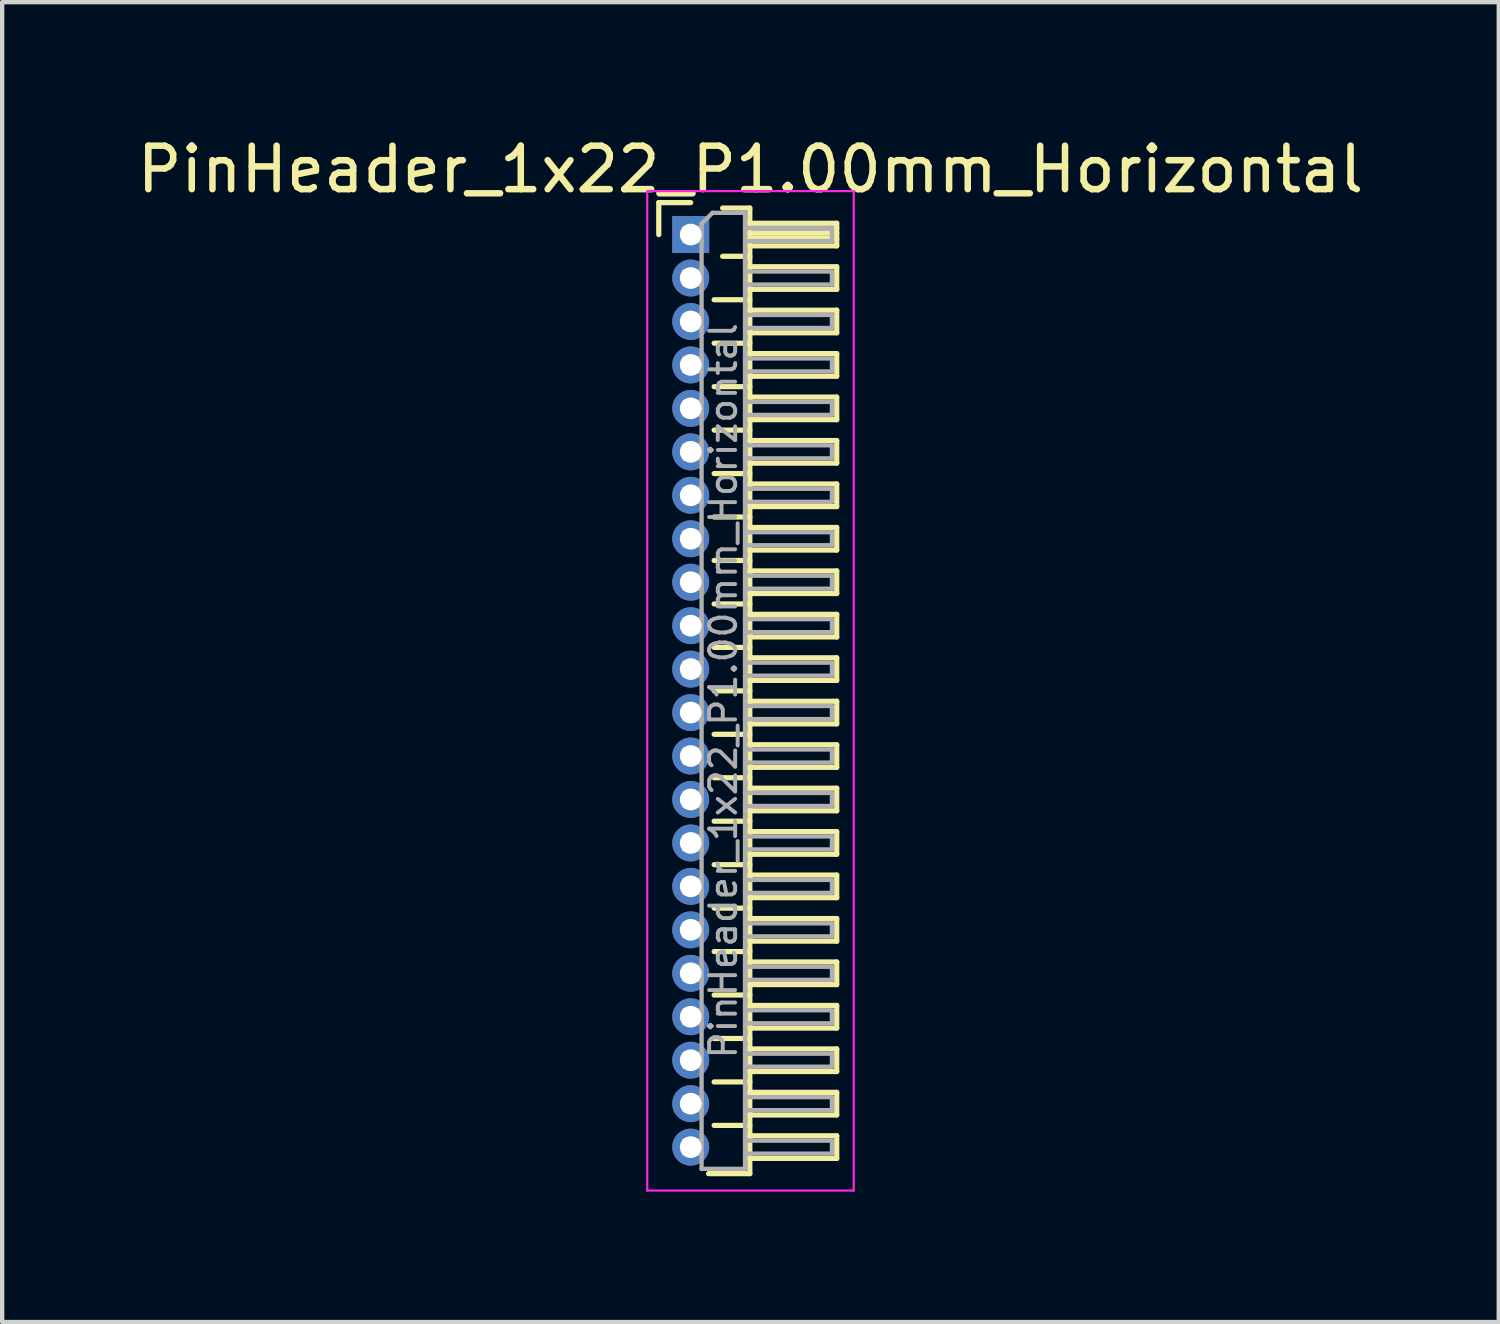
<source format=kicad_pcb>
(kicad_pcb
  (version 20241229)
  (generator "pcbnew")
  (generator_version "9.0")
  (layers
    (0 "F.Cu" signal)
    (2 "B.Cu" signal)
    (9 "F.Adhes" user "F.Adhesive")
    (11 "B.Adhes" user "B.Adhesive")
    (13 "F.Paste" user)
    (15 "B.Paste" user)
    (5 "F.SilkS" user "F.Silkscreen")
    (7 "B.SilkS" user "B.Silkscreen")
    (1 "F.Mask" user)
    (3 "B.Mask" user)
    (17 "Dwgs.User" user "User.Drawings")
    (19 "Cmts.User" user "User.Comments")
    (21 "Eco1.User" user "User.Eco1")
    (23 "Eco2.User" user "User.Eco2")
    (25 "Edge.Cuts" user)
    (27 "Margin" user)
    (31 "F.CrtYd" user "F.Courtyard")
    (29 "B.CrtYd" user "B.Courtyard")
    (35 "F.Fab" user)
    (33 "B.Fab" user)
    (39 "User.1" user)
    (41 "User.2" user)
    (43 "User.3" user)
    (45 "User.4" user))
  (footprint "PinHeader_1x22_P1.00mm_Horizontal"
    (layer "F.Cu")
    (at 12.845 2.348)
    (property "Reference" "PinHeader_1x22_P1.00mm_Horizontal" (at 1.375 -1.5 0) (layer "F.SilkS") (effects (font (size 1 1) (thickness 0.15))))
    (attr through_hole)
    (fp_line (start -0.735 -0.735) (end 0 -0.735) (stroke (width 0.12) (type solid)) (layer "F.SilkS"))
    (fp_line (start -0.735 0) (end -0.735 -0.735) (stroke (width 0.12) (type solid)) (layer "F.SilkS"))
    (fp_line (start 0.539 1.5) (end 1.36 1.5) (stroke (width 0.12) (type solid)) (layer "F.SilkS"))
    (fp_line (start 0.539 2.5) (end 1.36 2.5) (stroke (width 0.12) (type solid)) (layer "F.SilkS"))
    (fp_line (start 0.539 3.5) (end 1.36 3.5) (stroke (width 0.12) (type solid)) (layer "F.SilkS"))
    (fp_line (start 0.539 4.5) (end 1.36 4.5) (stroke (width 0.12) (type solid)) (layer "F.SilkS"))
    (fp_line (start 0.539 5.5) (end 1.36 5.5) (stroke (width 0.12) (type solid)) (layer "F.SilkS"))
    (fp_line (start 0.539 6.5) (end 1.36 6.5) (stroke (width 0.12) (type solid)) (layer "F.SilkS"))
    (fp_line (start 0.539 7.5) (end 1.36 7.5) (stroke (width 0.12) (type solid)) (layer "F.SilkS"))
    (fp_line (start 0.539 8.5) (end 1.36 8.5) (stroke (width 0.12) (type solid)) (layer "F.SilkS"))
    (fp_line (start 0.539 9.5) (end 1.36 9.5) (stroke (width 0.12) (type solid)) (layer "F.SilkS"))
    (fp_line (start 0.539 10.5) (end 1.36 10.5) (stroke (width 0.12) (type solid)) (layer "F.SilkS"))
    (fp_line (start 0.539 11.5) (end 1.36 11.5) (stroke (width 0.12) (type solid)) (layer "F.SilkS"))
    (fp_line (start 0.539 12.5) (end 1.36 12.5) (stroke (width 0.12) (type solid)) (layer "F.SilkS"))
    (fp_line (start 0.539 13.5) (end 1.36 13.5) (stroke (width 0.12) (type solid)) (layer "F.SilkS"))
    (fp_line (start 0.539 14.5) (end 1.36 14.5) (stroke (width 0.12) (type solid)) (layer "F.SilkS"))
    (fp_line (start 0.539 15.5) (end 1.36 15.5) (stroke (width 0.12) (type solid)) (layer "F.SilkS"))
    (fp_line (start 0.539 16.5) (end 1.36 16.5) (stroke (width 0.12) (type solid)) (layer "F.SilkS"))
    (fp_line (start 0.539 17.5) (end 1.36 17.5) (stroke (width 0.12) (type solid)) (layer "F.SilkS"))
    (fp_line (start 0.539 18.5) (end 1.36 18.5) (stroke (width 0.12) (type solid)) (layer "F.SilkS"))
    (fp_line (start 0.539 19.5) (end 1.36 19.5) (stroke (width 0.12) (type solid)) (layer "F.SilkS"))
    (fp_line (start 0.539 20.5) (end 1.36 20.5) (stroke (width 0.12) (type solid)) (layer "F.SilkS"))
    (fp_line (start 0.735 -0.61) (end 1.36 -0.61) (stroke (width 0.12) (type solid)) (layer "F.SilkS"))
    (fp_line (start 0.735 0.5) (end 1.36 0.5) (stroke (width 0.12) (type solid)) (layer "F.SilkS"))
    (fp_line (start 1.36 -0.61) (end 1.36 21.61) (stroke (width 0.12) (type solid)) (layer "F.SilkS"))
    (fp_line (start 1.36 -0.26) (end 3.36 -0.26) (stroke (width 0.12) (type solid)) (layer "F.SilkS"))
    (fp_line (start 1.36 -0.15) (end 3.36 -0.15) (stroke (width 0.12) (type solid)) (layer "F.SilkS"))
    (fp_line (start 1.36 -0.03) (end 3.36 -0.03) (stroke (width 0.12) (type solid)) (layer "F.SilkS"))
    (fp_line (start 1.36 0.09) (end 3.36 0.09) (stroke (width 0.12) (type solid)) (layer "F.SilkS"))
    (fp_line (start 1.36 0.74) (end 3.36 0.74) (stroke (width 0.12) (type solid)) (layer "F.SilkS"))
    (fp_line (start 1.36 1.74) (end 3.36 1.74) (stroke (width 0.12) (type solid)) (layer "F.SilkS"))
    (fp_line (start 1.36 2.74) (end 3.36 2.74) (stroke (width 0.12) (type solid)) (layer "F.SilkS"))
    (fp_line (start 1.36 3.74) (end 3.36 3.74) (stroke (width 0.12) (type solid)) (layer "F.SilkS"))
    (fp_line (start 1.36 4.74) (end 3.36 4.74) (stroke (width 0.12) (type solid)) (layer "F.SilkS"))
    (fp_line (start 1.36 5.74) (end 3.36 5.74) (stroke (width 0.12) (type solid)) (layer "F.SilkS"))
    (fp_line (start 1.36 6.74) (end 3.36 6.74) (stroke (width 0.12) (type solid)) (layer "F.SilkS"))
    (fp_line (start 1.36 7.74) (end 3.36 7.74) (stroke (width 0.12) (type solid)) (layer "F.SilkS"))
    (fp_line (start 1.36 8.74) (end 3.36 8.74) (stroke (width 0.12) (type solid)) (layer "F.SilkS"))
    (fp_line (start 1.36 9.74) (end 3.36 9.74) (stroke (width 0.12) (type solid)) (layer "F.SilkS"))
    (fp_line (start 1.36 10.74) (end 3.36 10.74) (stroke (width 0.12) (type solid)) (layer "F.SilkS"))
    (fp_line (start 1.36 11.74) (end 3.36 11.74) (stroke (width 0.12) (type solid)) (layer "F.SilkS"))
    (fp_line (start 1.36 12.74) (end 3.36 12.74) (stroke (width 0.12) (type solid)) (layer "F.SilkS"))
    (fp_line (start 1.36 13.74) (end 3.36 13.74) (stroke (width 0.12) (type solid)) (layer "F.SilkS"))
    (fp_line (start 1.36 14.74) (end 3.36 14.74) (stroke (width 0.12) (type solid)) (layer "F.SilkS"))
    (fp_line (start 1.36 15.74) (end 3.36 15.74) (stroke (width 0.12) (type solid)) (layer "F.SilkS"))
    (fp_line (start 1.36 16.74) (end 3.36 16.74) (stroke (width 0.12) (type solid)) (layer "F.SilkS"))
    (fp_line (start 1.36 17.74) (end 3.36 17.74) (stroke (width 0.12) (type solid)) (layer "F.SilkS"))
    (fp_line (start 1.36 18.74) (end 3.36 18.74) (stroke (width 0.12) (type solid)) (layer "F.SilkS"))
    (fp_line (start 1.36 19.74) (end 3.36 19.74) (stroke (width 0.12) (type solid)) (layer "F.SilkS"))
    (fp_line (start 1.36 20.74) (end 3.36 20.74) (stroke (width 0.12) (type solid)) (layer "F.SilkS"))
    (fp_line (start 1.36 21.61) (end 0.41 21.61) (stroke (width 0.12) (type solid)) (layer "F.SilkS"))
    (fp_line (start 3.36 -0.26) (end 3.36 0.26) (stroke (width 0.12) (type solid)) (layer "F.SilkS"))
    (fp_line (start 3.36 0.26) (end 1.36 0.26) (stroke (width 0.12) (type solid)) (layer "F.SilkS"))
    (fp_line (start 3.36 0.74) (end 3.36 1.26) (stroke (width 0.12) (type solid)) (layer "F.SilkS"))
    (fp_line (start 3.36 1.26) (end 1.36 1.26) (stroke (width 0.12) (type solid)) (layer "F.SilkS"))
    (fp_line (start 3.36 1.74) (end 3.36 2.26) (stroke (width 0.12) (type solid)) (layer "F.SilkS"))
    (fp_line (start 3.36 2.26) (end 1.36 2.26) (stroke (width 0.12) (type solid)) (layer "F.SilkS"))
    (fp_line (start 3.36 2.74) (end 3.36 3.26) (stroke (width 0.12) (type solid)) (layer "F.SilkS"))
    (fp_line (start 3.36 3.26) (end 1.36 3.26) (stroke (width 0.12) (type solid)) (layer "F.SilkS"))
    (fp_line (start 3.36 3.74) (end 3.36 4.26) (stroke (width 0.12) (type solid)) (layer "F.SilkS"))
    (fp_line (start 3.36 4.26) (end 1.36 4.26) (stroke (width 0.12) (type solid)) (layer "F.SilkS"))
    (fp_line (start 3.36 4.74) (end 3.36 5.26) (stroke (width 0.12) (type solid)) (layer "F.SilkS"))
    (fp_line (start 3.36 5.26) (end 1.36 5.26) (stroke (width 0.12) (type solid)) (layer "F.SilkS"))
    (fp_line (start 3.36 5.74) (end 3.36 6.26) (stroke (width 0.12) (type solid)) (layer "F.SilkS"))
    (fp_line (start 3.36 6.26) (end 1.36 6.26) (stroke (width 0.12) (type solid)) (layer "F.SilkS"))
    (fp_line (start 3.36 6.74) (end 3.36 7.26) (stroke (width 0.12) (type solid)) (layer "F.SilkS"))
    (fp_line (start 3.36 7.26) (end 1.36 7.26) (stroke (width 0.12) (type solid)) (layer "F.SilkS"))
    (fp_line (start 3.36 7.74) (end 3.36 8.26) (stroke (width 0.12) (type solid)) (layer "F.SilkS"))
    (fp_line (start 3.36 8.26) (end 1.36 8.26) (stroke (width 0.12) (type solid)) (layer "F.SilkS"))
    (fp_line (start 3.36 8.74) (end 3.36 9.26) (stroke (width 0.12) (type solid)) (layer "F.SilkS"))
    (fp_line (start 3.36 9.26) (end 1.36 9.26) (stroke (width 0.12) (type solid)) (layer "F.SilkS"))
    (fp_line (start 3.36 9.74) (end 3.36 10.26) (stroke (width 0.12) (type solid)) (layer "F.SilkS"))
    (fp_line (start 3.36 10.26) (end 1.36 10.26) (stroke (width 0.12) (type solid)) (layer "F.SilkS"))
    (fp_line (start 3.36 10.74) (end 3.36 11.26) (stroke (width 0.12) (type solid)) (layer "F.SilkS"))
    (fp_line (start 3.36 11.26) (end 1.36 11.26) (stroke (width 0.12) (type solid)) (layer "F.SilkS"))
    (fp_line (start 3.36 11.74) (end 3.36 12.26) (stroke (width 0.12) (type solid)) (layer "F.SilkS"))
    (fp_line (start 3.36 12.26) (end 1.36 12.26) (stroke (width 0.12) (type solid)) (layer "F.SilkS"))
    (fp_line (start 3.36 12.74) (end 3.36 13.26) (stroke (width 0.12) (type solid)) (layer "F.SilkS"))
    (fp_line (start 3.36 13.26) (end 1.36 13.26) (stroke (width 0.12) (type solid)) (layer "F.SilkS"))
    (fp_line (start 3.36 13.74) (end 3.36 14.26) (stroke (width 0.12) (type solid)) (layer "F.SilkS"))
    (fp_line (start 3.36 14.26) (end 1.36 14.26) (stroke (width 0.12) (type solid)) (layer "F.SilkS"))
    (fp_line (start 3.36 14.74) (end 3.36 15.26) (stroke (width 0.12) (type solid)) (layer "F.SilkS"))
    (fp_line (start 3.36 15.26) (end 1.36 15.26) (stroke (width 0.12) (type solid)) (layer "F.SilkS"))
    (fp_line (start 3.36 15.74) (end 3.36 16.26) (stroke (width 0.12) (type solid)) (layer "F.SilkS"))
    (fp_line (start 3.36 16.26) (end 1.36 16.26) (stroke (width 0.12) (type solid)) (layer "F.SilkS"))
    (fp_line (start 3.36 16.74) (end 3.36 17.26) (stroke (width 0.12) (type solid)) (layer "F.SilkS"))
    (fp_line (start 3.36 17.26) (end 1.36 17.26) (stroke (width 0.12) (type solid)) (layer "F.SilkS"))
    (fp_line (start 3.36 17.74) (end 3.36 18.26) (stroke (width 0.12) (type solid)) (layer "F.SilkS"))
    (fp_line (start 3.36 18.26) (end 1.36 18.26) (stroke (width 0.12) (type solid)) (layer "F.SilkS"))
    (fp_line (start 3.36 18.74) (end 3.36 19.26) (stroke (width 0.12) (type solid)) (layer "F.SilkS"))
    (fp_line (start 3.36 19.26) (end 1.36 19.26) (stroke (width 0.12) (type solid)) (layer "F.SilkS"))
    (fp_line (start 3.36 19.74) (end 3.36 20.26) (stroke (width 0.12) (type solid)) (layer "F.SilkS"))
    (fp_line (start 3.36 20.26) (end 1.36 20.26) (stroke (width 0.12) (type solid)) (layer "F.SilkS"))
    (fp_line (start 3.36 20.74) (end 3.36 21.26) (stroke (width 0.12) (type solid)) (layer "F.SilkS"))
    (fp_line (start 3.36 21.26) (end 1.36 21.26) (stroke (width 0.12) (type solid)) (layer "F.SilkS"))
    (fp_line (start -1 -1) (end -1 22) (stroke (width 0.05) (type solid)) (layer "F.CrtYd"))
    (fp_line (start -1 22) (end 3.75 22) (stroke (width 0.05) (type solid)) (layer "F.CrtYd"))
    (fp_line (start 3.75 -1) (end -1 -1) (stroke (width 0.05) (type solid)) (layer "F.CrtYd"))
    (fp_line (start 3.75 22) (end 3.75 -1) (stroke (width 0.05) (type solid)) (layer "F.CrtYd"))
    (fp_line (start -0.15 -0.15) (end -0.15 0.15) (stroke (width 0.1) (type solid)) (layer "F.Fab"))
    (fp_line (start -0.15 -0.15) (end 0.25 -0.15) (stroke (width 0.1) (type solid)) (layer "F.Fab"))
    (fp_line (start -0.15 0.15) (end 0.25 0.15) (stroke (width 0.1) (type solid)) (layer "F.Fab"))
    (fp_line (start -0.15 0.85) (end -0.15 1.15) (stroke (width 0.1) (type solid)) (layer "F.Fab"))
    (fp_line (start -0.15 0.85) (end 0.25 0.85) (stroke (width 0.1) (type solid)) (layer "F.Fab"))
    (fp_line (start -0.15 1.15) (end 0.25 1.15) (stroke (width 0.1) (type solid)) (layer "F.Fab"))
    (fp_line (start -0.15 1.85) (end -0.15 2.15) (stroke (width 0.1) (type solid)) (layer "F.Fab"))
    (fp_line (start -0.15 1.85) (end 0.25 1.85) (stroke (width 0.1) (type solid)) (layer "F.Fab"))
    (fp_line (start -0.15 2.15) (end 0.25 2.15) (stroke (width 0.1) (type solid)) (layer "F.Fab"))
    (fp_line (start -0.15 2.85) (end -0.15 3.15) (stroke (width 0.1) (type solid)) (layer "F.Fab"))
    (fp_line (start -0.15 2.85) (end 0.25 2.85) (stroke (width 0.1) (type solid)) (layer "F.Fab"))
    (fp_line (start -0.15 3.15) (end 0.25 3.15) (stroke (width 0.1) (type solid)) (layer "F.Fab"))
    (fp_line (start -0.15 3.85) (end -0.15 4.15) (stroke (width 0.1) (type solid)) (layer "F.Fab"))
    (fp_line (start -0.15 3.85) (end 0.25 3.85) (stroke (width 0.1) (type solid)) (layer "F.Fab"))
    (fp_line (start -0.15 4.15) (end 0.25 4.15) (stroke (width 0.1) (type solid)) (layer "F.Fab"))
    (fp_line (start -0.15 4.85) (end -0.15 5.15) (stroke (width 0.1) (type solid)) (layer "F.Fab"))
    (fp_line (start -0.15 4.85) (end 0.25 4.85) (stroke (width 0.1) (type solid)) (layer "F.Fab"))
    (fp_line (start -0.15 5.15) (end 0.25 5.15) (stroke (width 0.1) (type solid)) (layer "F.Fab"))
    (fp_line (start -0.15 5.85) (end -0.15 6.15) (stroke (width 0.1) (type solid)) (layer "F.Fab"))
    (fp_line (start -0.15 5.85) (end 0.25 5.85) (stroke (width 0.1) (type solid)) (layer "F.Fab"))
    (fp_line (start -0.15 6.15) (end 0.25 6.15) (stroke (width 0.1) (type solid)) (layer "F.Fab"))
    (fp_line (start -0.15 6.85) (end -0.15 7.15) (stroke (width 0.1) (type solid)) (layer "F.Fab"))
    (fp_line (start -0.15 6.85) (end 0.25 6.85) (stroke (width 0.1) (type solid)) (layer "F.Fab"))
    (fp_line (start -0.15 7.15) (end 0.25 7.15) (stroke (width 0.1) (type solid)) (layer "F.Fab"))
    (fp_line (start -0.15 7.85) (end -0.15 8.15) (stroke (width 0.1) (type solid)) (layer "F.Fab"))
    (fp_line (start -0.15 7.85) (end 0.25 7.85) (stroke (width 0.1) (type solid)) (layer "F.Fab"))
    (fp_line (start -0.15 8.15) (end 0.25 8.15) (stroke (width 0.1) (type solid)) (layer "F.Fab"))
    (fp_line (start -0.15 8.85) (end -0.15 9.15) (stroke (width 0.1) (type solid)) (layer "F.Fab"))
    (fp_line (start -0.15 8.85) (end 0.25 8.85) (stroke (width 0.1) (type solid)) (layer "F.Fab"))
    (fp_line (start -0.15 9.15) (end 0.25 9.15) (stroke (width 0.1) (type solid)) (layer "F.Fab"))
    (fp_line (start -0.15 9.85) (end -0.15 10.15) (stroke (width 0.1) (type solid)) (layer "F.Fab"))
    (fp_line (start -0.15 9.85) (end 0.25 9.85) (stroke (width 0.1) (type solid)) (layer "F.Fab"))
    (fp_line (start -0.15 10.15) (end 0.25 10.15) (stroke (width 0.1) (type solid)) (layer "F.Fab"))
    (fp_line (start -0.15 10.85) (end -0.15 11.15) (stroke (width 0.1) (type solid)) (layer "F.Fab"))
    (fp_line (start -0.15 10.85) (end 0.25 10.85) (stroke (width 0.1) (type solid)) (layer "F.Fab"))
    (fp_line (start -0.15 11.15) (end 0.25 11.15) (stroke (width 0.1) (type solid)) (layer "F.Fab"))
    (fp_line (start -0.15 11.85) (end -0.15 12.15) (stroke (width 0.1) (type solid)) (layer "F.Fab"))
    (fp_line (start -0.15 11.85) (end 0.25 11.85) (stroke (width 0.1) (type solid)) (layer "F.Fab"))
    (fp_line (start -0.15 12.15) (end 0.25 12.15) (stroke (width 0.1) (type solid)) (layer "F.Fab"))
    (fp_line (start -0.15 12.85) (end -0.15 13.15) (stroke (width 0.1) (type solid)) (layer "F.Fab"))
    (fp_line (start -0.15 12.85) (end 0.25 12.85) (stroke (width 0.1) (type solid)) (layer "F.Fab"))
    (fp_line (start -0.15 13.15) (end 0.25 13.15) (stroke (width 0.1) (type solid)) (layer "F.Fab"))
    (fp_line (start -0.15 13.85) (end -0.15 14.15) (stroke (width 0.1) (type solid)) (layer "F.Fab"))
    (fp_line (start -0.15 13.85) (end 0.25 13.85) (stroke (width 0.1) (type solid)) (layer "F.Fab"))
    (fp_line (start -0.15 14.15) (end 0.25 14.15) (stroke (width 0.1) (type solid)) (layer "F.Fab"))
    (fp_line (start -0.15 14.85) (end -0.15 15.15) (stroke (width 0.1) (type solid)) (layer "F.Fab"))
    (fp_line (start -0.15 14.85) (end 0.25 14.85) (stroke (width 0.1) (type solid)) (layer "F.Fab"))
    (fp_line (start -0.15 15.15) (end 0.25 15.15) (stroke (width 0.1) (type solid)) (layer "F.Fab"))
    (fp_line (start -0.15 15.85) (end -0.15 16.15) (stroke (width 0.1) (type solid)) (layer "F.Fab"))
    (fp_line (start -0.15 15.85) (end 0.25 15.85) (stroke (width 0.1) (type solid)) (layer "F.Fab"))
    (fp_line (start -0.15 16.15) (end 0.25 16.15) (stroke (width 0.1) (type solid)) (layer "F.Fab"))
    (fp_line (start -0.15 16.85) (end -0.15 17.15) (stroke (width 0.1) (type solid)) (layer "F.Fab"))
    (fp_line (start -0.15 16.85) (end 0.25 16.85) (stroke (width 0.1) (type solid)) (layer "F.Fab"))
    (fp_line (start -0.15 17.15) (end 0.25 17.15) (stroke (width 0.1) (type solid)) (layer "F.Fab"))
    (fp_line (start -0.15 17.85) (end -0.15 18.15) (stroke (width 0.1) (type solid)) (layer "F.Fab"))
    (fp_line (start -0.15 17.85) (end 0.25 17.85) (stroke (width 0.1) (type solid)) (layer "F.Fab"))
    (fp_line (start -0.15 18.15) (end 0.25 18.15) (stroke (width 0.1) (type solid)) (layer "F.Fab"))
    (fp_line (start -0.15 18.85) (end -0.15 19.15) (stroke (width 0.1) (type solid)) (layer "F.Fab"))
    (fp_line (start -0.15 18.85) (end 0.25 18.85) (stroke (width 0.1) (type solid)) (layer "F.Fab"))
    (fp_line (start -0.15 19.15) (end 0.25 19.15) (stroke (width 0.1) (type solid)) (layer "F.Fab"))
    (fp_line (start -0.15 19.85) (end -0.15 20.15) (stroke (width 0.1) (type solid)) (layer "F.Fab"))
    (fp_line (start -0.15 19.85) (end 0.25 19.85) (stroke (width 0.1) (type solid)) (layer "F.Fab"))
    (fp_line (start -0.15 20.15) (end 0.25 20.15) (stroke (width 0.1) (type solid)) (layer "F.Fab"))
    (fp_line (start -0.15 20.85) (end -0.15 21.15) (stroke (width 0.1) (type solid)) (layer "F.Fab"))
    (fp_line (start -0.15 20.85) (end 0.25 20.85) (stroke (width 0.1) (type solid)) (layer "F.Fab"))
    (fp_line (start -0.15 21.15) (end 0.25 21.15) (stroke (width 0.1) (type solid)) (layer "F.Fab"))
    (fp_line (start 0.25 -0.25) (end 0.5 -0.5) (stroke (width 0.1) (type solid)) (layer "F.Fab"))
    (fp_line (start 0.25 21.5) (end 0.25 -0.25) (stroke (width 0.1) (type solid)) (layer "F.Fab"))
    (fp_line (start 0.5 -0.5) (end 1.25 -0.5) (stroke (width 0.1) (type solid)) (layer "F.Fab"))
    (fp_line (start 1.25 -0.5) (end 1.25 21.5) (stroke (width 0.1) (type solid)) (layer "F.Fab"))
    (fp_line (start 1.25 -0.15) (end 3.25 -0.15) (stroke (width 0.1) (type solid)) (layer "F.Fab"))
    (fp_line (start 1.25 0.15) (end 3.25 0.15) (stroke (width 0.1) (type solid)) (layer "F.Fab"))
    (fp_line (start 1.25 0.85) (end 3.25 0.85) (stroke (width 0.1) (type solid)) (layer "F.Fab"))
    (fp_line (start 1.25 1.15) (end 3.25 1.15) (stroke (width 0.1) (type solid)) (layer "F.Fab"))
    (fp_line (start 1.25 1.85) (end 3.25 1.85) (stroke (width 0.1) (type solid)) (layer "F.Fab"))
    (fp_line (start 1.25 2.15) (end 3.25 2.15) (stroke (width 0.1) (type solid)) (layer "F.Fab"))
    (fp_line (start 1.25 2.85) (end 3.25 2.85) (stroke (width 0.1) (type solid)) (layer "F.Fab"))
    (fp_line (start 1.25 3.15) (end 3.25 3.15) (stroke (width 0.1) (type solid)) (layer "F.Fab"))
    (fp_line (start 1.25 3.85) (end 3.25 3.85) (stroke (width 0.1) (type solid)) (layer "F.Fab"))
    (fp_line (start 1.25 4.15) (end 3.25 4.15) (stroke (width 0.1) (type solid)) (layer "F.Fab"))
    (fp_line (start 1.25 4.85) (end 3.25 4.85) (stroke (width 0.1) (type solid)) (layer "F.Fab"))
    (fp_line (start 1.25 5.15) (end 3.25 5.15) (stroke (width 0.1) (type solid)) (layer "F.Fab"))
    (fp_line (start 1.25 5.85) (end 3.25 5.85) (stroke (width 0.1) (type solid)) (layer "F.Fab"))
    (fp_line (start 1.25 6.15) (end 3.25 6.15) (stroke (width 0.1) (type solid)) (layer "F.Fab"))
    (fp_line (start 1.25 6.85) (end 3.25 6.85) (stroke (width 0.1) (type solid)) (layer "F.Fab"))
    (fp_line (start 1.25 7.15) (end 3.25 7.15) (stroke (width 0.1) (type solid)) (layer "F.Fab"))
    (fp_line (start 1.25 7.85) (end 3.25 7.85) (stroke (width 0.1) (type solid)) (layer "F.Fab"))
    (fp_line (start 1.25 8.15) (end 3.25 8.15) (stroke (width 0.1) (type solid)) (layer "F.Fab"))
    (fp_line (start 1.25 8.85) (end 3.25 8.85) (stroke (width 0.1) (type solid)) (layer "F.Fab"))
    (fp_line (start 1.25 9.15) (end 3.25 9.15) (stroke (width 0.1) (type solid)) (layer "F.Fab"))
    (fp_line (start 1.25 9.85) (end 3.25 9.85) (stroke (width 0.1) (type solid)) (layer "F.Fab"))
    (fp_line (start 1.25 10.15) (end 3.25 10.15) (stroke (width 0.1) (type solid)) (layer "F.Fab"))
    (fp_line (start 1.25 10.85) (end 3.25 10.85) (stroke (width 0.1) (type solid)) (layer "F.Fab"))
    (fp_line (start 1.25 11.15) (end 3.25 11.15) (stroke (width 0.1) (type solid)) (layer "F.Fab"))
    (fp_line (start 1.25 11.85) (end 3.25 11.85) (stroke (width 0.1) (type solid)) (layer "F.Fab"))
    (fp_line (start 1.25 12.15) (end 3.25 12.15) (stroke (width 0.1) (type solid)) (layer "F.Fab"))
    (fp_line (start 1.25 12.85) (end 3.25 12.85) (stroke (width 0.1) (type solid)) (layer "F.Fab"))
    (fp_line (start 1.25 13.15) (end 3.25 13.15) (stroke (width 0.1) (type solid)) (layer "F.Fab"))
    (fp_line (start 1.25 13.85) (end 3.25 13.85) (stroke (width 0.1) (type solid)) (layer "F.Fab"))
    (fp_line (start 1.25 14.15) (end 3.25 14.15) (stroke (width 0.1) (type solid)) (layer "F.Fab"))
    (fp_line (start 1.25 14.85) (end 3.25 14.85) (stroke (width 0.1) (type solid)) (layer "F.Fab"))
    (fp_line (start 1.25 15.15) (end 3.25 15.15) (stroke (width 0.1) (type solid)) (layer "F.Fab"))
    (fp_line (start 1.25 15.85) (end 3.25 15.85) (stroke (width 0.1) (type solid)) (layer "F.Fab"))
    (fp_line (start 1.25 16.15) (end 3.25 16.15) (stroke (width 0.1) (type solid)) (layer "F.Fab"))
    (fp_line (start 1.25 16.85) (end 3.25 16.85) (stroke (width 0.1) (type solid)) (layer "F.Fab"))
    (fp_line (start 1.25 17.15) (end 3.25 17.15) (stroke (width 0.1) (type solid)) (layer "F.Fab"))
    (fp_line (start 1.25 17.85) (end 3.25 17.85) (stroke (width 0.1) (type solid)) (layer "F.Fab"))
    (fp_line (start 1.25 18.15) (end 3.25 18.15) (stroke (width 0.1) (type solid)) (layer "F.Fab"))
    (fp_line (start 1.25 18.85) (end 3.25 18.85) (stroke (width 0.1) (type solid)) (layer "F.Fab"))
    (fp_line (start 1.25 19.15) (end 3.25 19.15) (stroke (width 0.1) (type solid)) (layer "F.Fab"))
    (fp_line (start 1.25 19.85) (end 3.25 19.85) (stroke (width 0.1) (type solid)) (layer "F.Fab"))
    (fp_line (start 1.25 20.15) (end 3.25 20.15) (stroke (width 0.1) (type solid)) (layer "F.Fab"))
    (fp_line (start 1.25 20.85) (end 3.25 20.85) (stroke (width 0.1) (type solid)) (layer "F.Fab"))
    (fp_line (start 1.25 21.15) (end 3.25 21.15) (stroke (width 0.1) (type solid)) (layer "F.Fab"))
    (fp_line (start 1.25 21.5) (end 0.25 21.5) (stroke (width 0.1) (type solid)) (layer "F.Fab"))
    (fp_line (start 3.25 -0.15) (end 3.25 0.15) (stroke (width 0.1) (type solid)) (layer "F.Fab"))
    (fp_line (start 3.25 0.85) (end 3.25 1.15) (stroke (width 0.1) (type solid)) (layer "F.Fab"))
    (fp_line (start 3.25 1.85) (end 3.25 2.15) (stroke (width 0.1) (type solid)) (layer "F.Fab"))
    (fp_line (start 3.25 2.85) (end 3.25 3.15) (stroke (width 0.1) (type solid)) (layer "F.Fab"))
    (fp_line (start 3.25 3.85) (end 3.25 4.15) (stroke (width 0.1) (type solid)) (layer "F.Fab"))
    (fp_line (start 3.25 4.85) (end 3.25 5.15) (stroke (width 0.1) (type solid)) (layer "F.Fab"))
    (fp_line (start 3.25 5.85) (end 3.25 6.15) (stroke (width 0.1) (type solid)) (layer "F.Fab"))
    (fp_line (start 3.25 6.85) (end 3.25 7.15) (stroke (width 0.1) (type solid)) (layer "F.Fab"))
    (fp_line (start 3.25 7.85) (end 3.25 8.15) (stroke (width 0.1) (type solid)) (layer "F.Fab"))
    (fp_line (start 3.25 8.85) (end 3.25 9.15) (stroke (width 0.1) (type solid)) (layer "F.Fab"))
    (fp_line (start 3.25 9.85) (end 3.25 10.15) (stroke (width 0.1) (type solid)) (layer "F.Fab"))
    (fp_line (start 3.25 10.85) (end 3.25 11.15) (stroke (width 0.1) (type solid)) (layer "F.Fab"))
    (fp_line (start 3.25 11.85) (end 3.25 12.15) (stroke (width 0.1) (type solid)) (layer "F.Fab"))
    (fp_line (start 3.25 12.85) (end 3.25 13.15) (stroke (width 0.1) (type solid)) (layer "F.Fab"))
    (fp_line (start 3.25 13.85) (end 3.25 14.15) (stroke (width 0.1) (type solid)) (layer "F.Fab"))
    (fp_line (start 3.25 14.85) (end 3.25 15.15) (stroke (width 0.1) (type solid)) (layer "F.Fab"))
    (fp_line (start 3.25 15.85) (end 3.25 16.15) (stroke (width 0.1) (type solid)) (layer "F.Fab"))
    (fp_line (start 3.25 16.85) (end 3.25 17.15) (stroke (width 0.1) (type solid)) (layer "F.Fab"))
    (fp_line (start 3.25 17.85) (end 3.25 18.15) (stroke (width 0.1) (type solid)) (layer "F.Fab"))
    (fp_line (start 3.25 18.85) (end 3.25 19.15) (stroke (width 0.1) (type solid)) (layer "F.Fab"))
    (fp_line (start 3.25 19.85) (end 3.25 20.15) (stroke (width 0.1) (type solid)) (layer "F.Fab"))
    (fp_line (start 3.25 20.85) (end 3.25 21.15) (stroke (width 0.1) (type solid)) (layer "F.Fab"))
    (fp_text user "${REFERENCE}" (at 0.75 10.5 90) (layer "F.Fab") (effects (font (size 0.6 0.6) (thickness 0.09))))
    (pad "1" thru_hole rect (at 0 0) (size 0.85 0.85) (drill 0.5) (layers "*.Cu" "*.Mask"))
    (pad "2" thru_hole circle (at 0 1) (size 0.85 0.85) (drill 0.5) (layers "*.Cu" "*.Mask"))
    (pad "3" thru_hole circle (at 0 2) (size 0.85 0.85) (drill 0.5) (layers "*.Cu" "*.Mask"))
    (pad "4" thru_hole circle (at 0 3) (size 0.85 0.85) (drill 0.5) (layers "*.Cu" "*.Mask"))
    (pad "5" thru_hole circle (at 0 4) (size 0.85 0.85) (drill 0.5) (layers "*.Cu" "*.Mask"))
    (pad "6" thru_hole circle (at 0 5) (size 0.85 0.85) (drill 0.5) (layers "*.Cu" "*.Mask"))
    (pad "7" thru_hole circle (at 0 6) (size 0.85 0.85) (drill 0.5) (layers "*.Cu" "*.Mask"))
    (pad "8" thru_hole circle (at 0 7) (size 0.85 0.85) (drill 0.5) (layers "*.Cu" "*.Mask"))
    (pad "9" thru_hole circle (at 0 8) (size 0.85 0.85) (drill 0.5) (layers "*.Cu" "*.Mask"))
    (pad "10" thru_hole circle (at 0 9) (size 0.85 0.85) (drill 0.5) (layers "*.Cu" "*.Mask"))
    (pad "11" thru_hole circle (at 0 10) (size 0.85 0.85) (drill 0.5) (layers "*.Cu" "*.Mask"))
    (pad "12" thru_hole circle (at 0 11) (size 0.85 0.85) (drill 0.5) (layers "*.Cu" "*.Mask"))
    (pad "13" thru_hole circle (at 0 12) (size 0.85 0.85) (drill 0.5) (layers "*.Cu" "*.Mask"))
    (pad "14" thru_hole circle (at 0 13) (size 0.85 0.85) (drill 0.5) (layers "*.Cu" "*.Mask"))
    (pad "15" thru_hole circle (at 0 14) (size 0.85 0.85) (drill 0.5) (layers "*.Cu" "*.Mask"))
    (pad "16" thru_hole circle (at 0 15) (size 0.85 0.85) (drill 0.5) (layers "*.Cu" "*.Mask"))
    (pad "17" thru_hole circle (at 0 16) (size 0.85 0.85) (drill 0.5) (layers "*.Cu" "*.Mask"))
    (pad "18" thru_hole circle (at 0 17) (size 0.85 0.85) (drill 0.5) (layers "*.Cu" "*.Mask"))
    (pad "19" thru_hole circle (at 0 18) (size 0.85 0.85) (drill 0.5) (layers "*.Cu" "*.Mask"))
    (pad "20" thru_hole circle (at 0 19) (size 0.85 0.85) (drill 0.5) (layers "*.Cu" "*.Mask"))
    (pad "21" thru_hole circle (at 0 20) (size 0.85 0.85) (drill 0.5) (layers "*.Cu" "*.Mask"))
    (pad "22" thru_hole circle (at 0 21) (size 0.85 0.85) (drill 0.5) (layers "*.Cu" "*.Mask")))
  (gr_rect
    (start -3 -3)
    (end 31.44 27.373)
    (stroke (width 0.1) (type default))
    (fill no)
    (layer "Edge.Cuts")))
</source>
